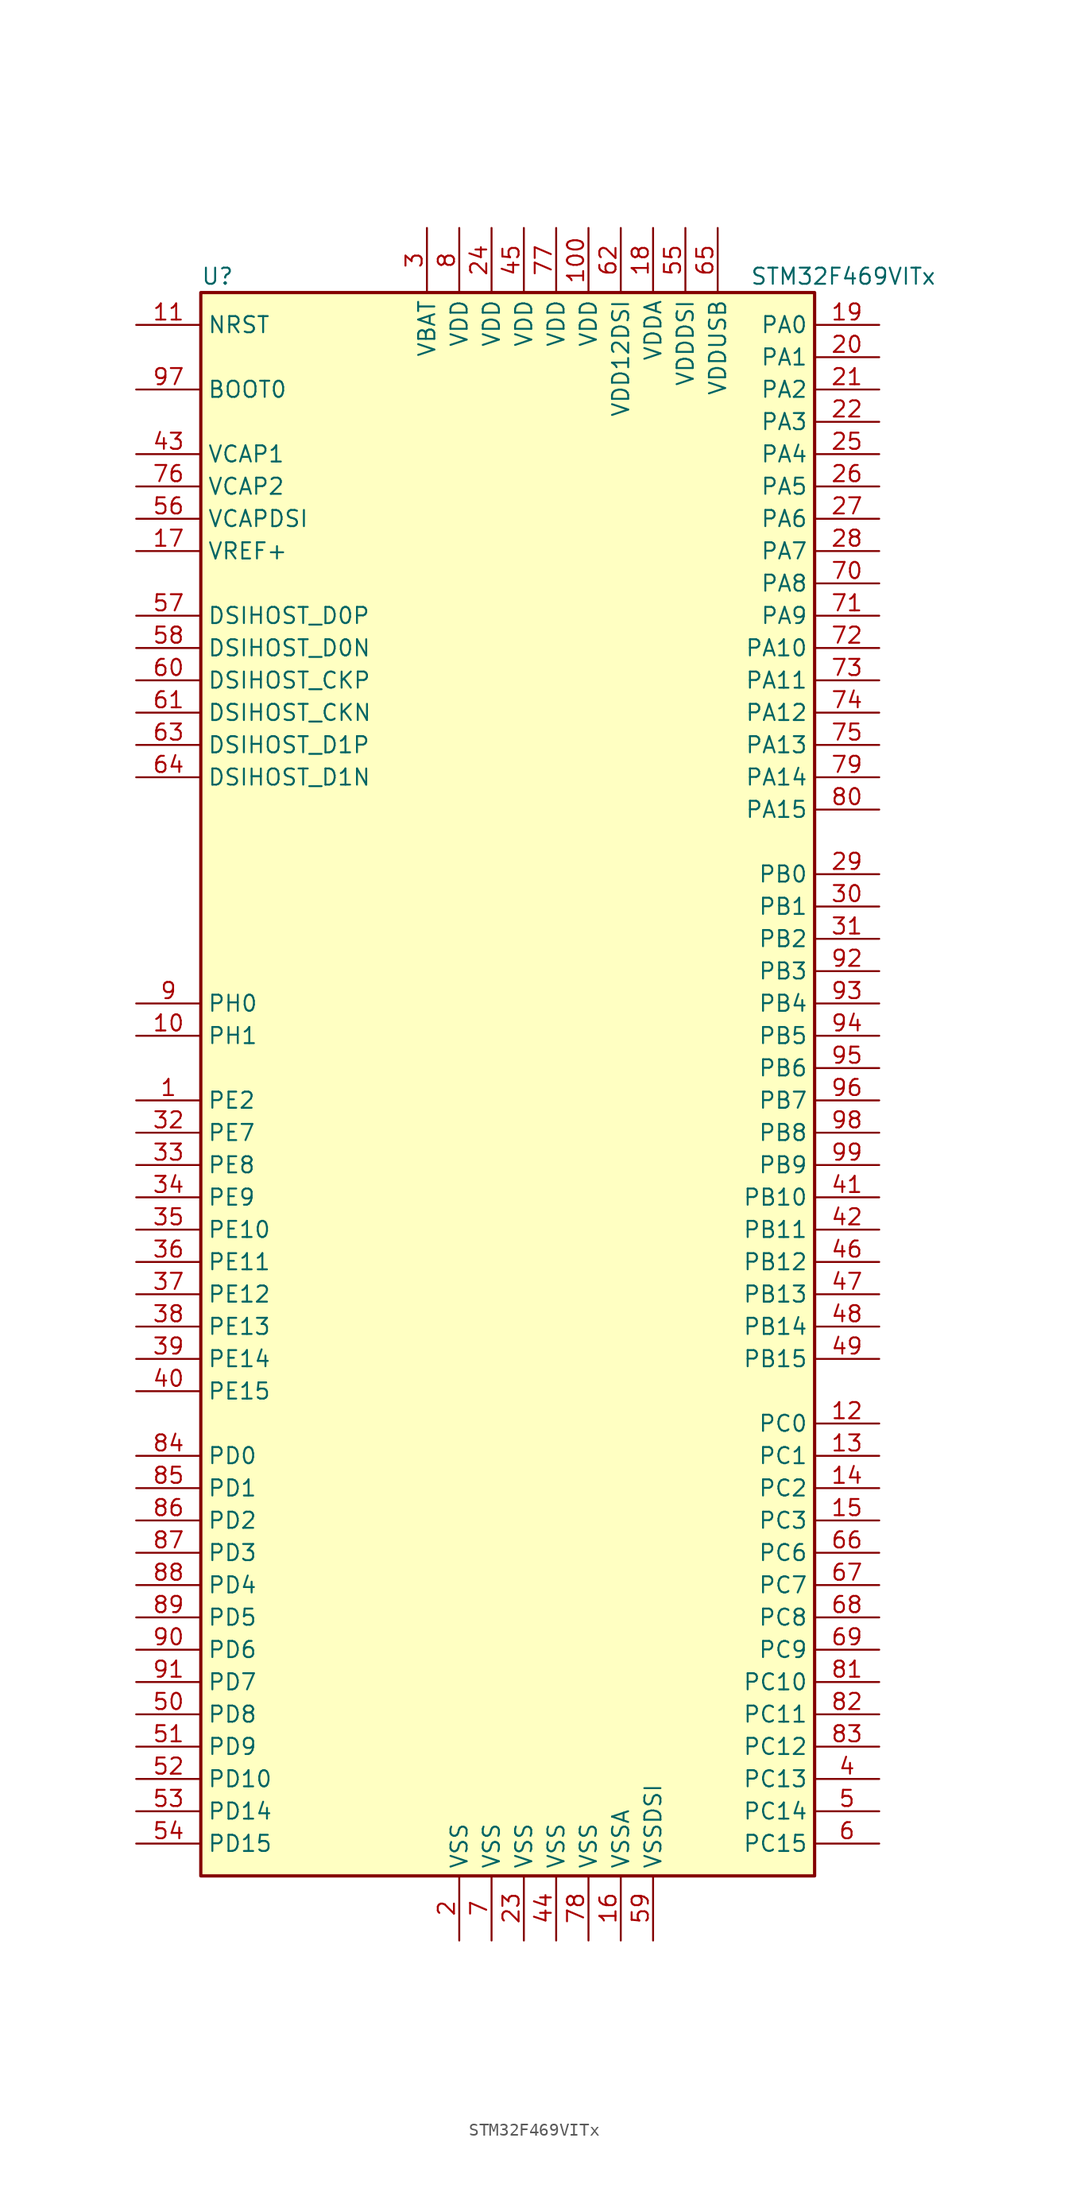
<source format=kicad_sym>
(kicad_symbol_lib
  (version 20201005)
  (generator kicad_symbol_editor)
  (symbol "MCU_ST_STM32F4:STM32F469VITx"
    (property "Reference" "U"
      (at -25.4 62.23 0)
      (effects (font (size 1.27 1.27)) (justify left)))
    (property "Value" "STM32F469VITx"
      (at 17.78 62.23 0)
      (effects (font (size 1.27 1.27)) (justify left)))
    (symbol "STM32F469VITx_0_1"
      (rectangle (start -25.4 -63.5) (end 22.86 60.96) (stroke (width 0.254)) (fill (type background))))
    (symbol "STM32F469VITx_1_1"
      (pin input line (at -30.48 53.34 0) (length 5.08) (name "BOOT0" (effects (font (size 1.27 1.27)))) (number "97" (effects (font (size 1.27 1.27)))))
      (pin bidirectional line (at -30.48 27.94 0) (length 5.08) (name "DSIHOST_CKN" (effects (font (size 1.27 1.27)))) (number "61" (effects (font (size 1.27 1.27)))))
      (pin bidirectional line (at -30.48 30.48 0) (length 5.08) (name "DSIHOST_CKP" (effects (font (size 1.27 1.27)))) (number "60" (effects (font (size 1.27 1.27)))))
      (pin bidirectional line (at -30.48 33.02 0) (length 5.08) (name "DSIHOST_D0N" (effects (font (size 1.27 1.27)))) (number "58" (effects (font (size 1.27 1.27)))))
      (pin bidirectional line (at -30.48 35.56 0) (length 5.08) (name "DSIHOST_D0P" (effects (font (size 1.27 1.27)))) (number "57" (effects (font (size 1.27 1.27)))))
      (pin bidirectional line (at -30.48 22.86 0) (length 5.08) (name "DSIHOST_D1N" (effects (font (size 1.27 1.27)))) (number "64" (effects (font (size 1.27 1.27)))))
      (pin bidirectional line (at -30.48 25.4 0) (length 5.08) (name "DSIHOST_D1P" (effects (font (size 1.27 1.27)))) (number "63" (effects (font (size 1.27 1.27)))))
      (pin input line (at -30.48 58.42 0) (length 5.08) (name "NRST" (effects (font (size 1.27 1.27)))) (number "11" (effects (font (size 1.27 1.27)))))
      (pin bidirectional line (at 27.94 58.42 180) (length 5.08) (name "PA0" (effects (font (size 1.27 1.27)))) (number "19" (effects (font (size 1.27 1.27)))))
      (pin bidirectional line (at 27.94 55.88 180) (length 5.08) (name "PA1" (effects (font (size 1.27 1.27)))) (number "20" (effects (font (size 1.27 1.27)))))
      (pin bidirectional line (at 27.94 33.02 180) (length 5.08) (name "PA10" (effects (font (size 1.27 1.27)))) (number "72" (effects (font (size 1.27 1.27)))))
      (pin bidirectional line (at 27.94 30.48 180) (length 5.08) (name "PA11" (effects (font (size 1.27 1.27)))) (number "73" (effects (font (size 1.27 1.27)))))
      (pin bidirectional line (at 27.94 27.94 180) (length 5.08) (name "PA12" (effects (font (size 1.27 1.27)))) (number "74" (effects (font (size 1.27 1.27)))))
      (pin bidirectional line (at 27.94 25.4 180) (length 5.08) (name "PA13" (effects (font (size 1.27 1.27)))) (number "75" (effects (font (size 1.27 1.27)))))
      (pin bidirectional line (at 27.94 22.86 180) (length 5.08) (name "PA14" (effects (font (size 1.27 1.27)))) (number "79" (effects (font (size 1.27 1.27)))))
      (pin bidirectional line (at 27.94 20.32 180) (length 5.08) (name "PA15" (effects (font (size 1.27 1.27)))) (number "80" (effects (font (size 1.27 1.27)))))
      (pin bidirectional line (at 27.94 53.34 180) (length 5.08) (name "PA2" (effects (font (size 1.27 1.27)))) (number "21" (effects (font (size 1.27 1.27)))))
      (pin bidirectional line (at 27.94 50.8 180) (length 5.08) (name "PA3" (effects (font (size 1.27 1.27)))) (number "22" (effects (font (size 1.27 1.27)))))
      (pin bidirectional line (at 27.94 48.26 180) (length 5.08) (name "PA4" (effects (font (size 1.27 1.27)))) (number "25" (effects (font (size 1.27 1.27)))))
      (pin bidirectional line (at 27.94 45.72 180) (length 5.08) (name "PA5" (effects (font (size 1.27 1.27)))) (number "26" (effects (font (size 1.27 1.27)))))
      (pin bidirectional line (at 27.94 43.18 180) (length 5.08) (name "PA6" (effects (font (size 1.27 1.27)))) (number "27" (effects (font (size 1.27 1.27)))))
      (pin bidirectional line (at 27.94 40.64 180) (length 5.08) (name "PA7" (effects (font (size 1.27 1.27)))) (number "28" (effects (font (size 1.27 1.27)))))
      (pin bidirectional line (at 27.94 38.1 180) (length 5.08) (name "PA8" (effects (font (size 1.27 1.27)))) (number "70" (effects (font (size 1.27 1.27)))))
      (pin bidirectional line (at 27.94 35.56 180) (length 5.08) (name "PA9" (effects (font (size 1.27 1.27)))) (number "71" (effects (font (size 1.27 1.27)))))
      (pin bidirectional line (at 27.94 15.24 180) (length 5.08) (name "PB0" (effects (font (size 1.27 1.27)))) (number "29" (effects (font (size 1.27 1.27)))))
      (pin bidirectional line (at 27.94 12.7 180) (length 5.08) (name "PB1" (effects (font (size 1.27 1.27)))) (number "30" (effects (font (size 1.27 1.27)))))
      (pin bidirectional line (at 27.94 -10.16 180) (length 5.08) (name "PB10" (effects (font (size 1.27 1.27)))) (number "41" (effects (font (size 1.27 1.27)))))
      (pin bidirectional line (at 27.94 -12.7 180) (length 5.08) (name "PB11" (effects (font (size 1.27 1.27)))) (number "42" (effects (font (size 1.27 1.27)))))
      (pin bidirectional line (at 27.94 -15.24 180) (length 5.08) (name "PB12" (effects (font (size 1.27 1.27)))) (number "46" (effects (font (size 1.27 1.27)))))
      (pin bidirectional line (at 27.94 -17.78 180) (length 5.08) (name "PB13" (effects (font (size 1.27 1.27)))) (number "47" (effects (font (size 1.27 1.27)))))
      (pin bidirectional line (at 27.94 -20.32 180) (length 5.08) (name "PB14" (effects (font (size 1.27 1.27)))) (number "48" (effects (font (size 1.27 1.27)))))
      (pin bidirectional line (at 27.94 -22.86 180) (length 5.08) (name "PB15" (effects (font (size 1.27 1.27)))) (number "49" (effects (font (size 1.27 1.27)))))
      (pin bidirectional line (at 27.94 10.16 180) (length 5.08) (name "PB2" (effects (font (size 1.27 1.27)))) (number "31" (effects (font (size 1.27 1.27)))))
      (pin bidirectional line (at 27.94 7.62 180) (length 5.08) (name "PB3" (effects (font (size 1.27 1.27)))) (number "92" (effects (font (size 1.27 1.27)))))
      (pin bidirectional line (at 27.94 5.08 180) (length 5.08) (name "PB4" (effects (font (size 1.27 1.27)))) (number "93" (effects (font (size 1.27 1.27)))))
      (pin bidirectional line (at 27.94 2.54 180) (length 5.08) (name "PB5" (effects (font (size 1.27 1.27)))) (number "94" (effects (font (size 1.27 1.27)))))
      (pin bidirectional line (at 27.94 0 180) (length 5.08) (name "PB6" (effects (font (size 1.27 1.27)))) (number "95" (effects (font (size 1.27 1.27)))))
      (pin bidirectional line (at 27.94 -2.54 180) (length 5.08) (name "PB7" (effects (font (size 1.27 1.27)))) (number "96" (effects (font (size 1.27 1.27)))))
      (pin bidirectional line (at 27.94 -5.08 180) (length 5.08) (name "PB8" (effects (font (size 1.27 1.27)))) (number "98" (effects (font (size 1.27 1.27)))))
      (pin bidirectional line (at 27.94 -7.62 180) (length 5.08) (name "PB9" (effects (font (size 1.27 1.27)))) (number "99" (effects (font (size 1.27 1.27)))))
      (pin bidirectional line (at 27.94 -27.94 180) (length 5.08) (name "PC0" (effects (font (size 1.27 1.27)))) (number "12" (effects (font (size 1.27 1.27)))))
      (pin bidirectional line (at 27.94 -30.48 180) (length 5.08) (name "PC1" (effects (font (size 1.27 1.27)))) (number "13" (effects (font (size 1.27 1.27)))))
      (pin bidirectional line (at 27.94 -48.26 180) (length 5.08) (name "PC10" (effects (font (size 1.27 1.27)))) (number "81" (effects (font (size 1.27 1.27)))))
      (pin bidirectional line (at 27.94 -50.8 180) (length 5.08) (name "PC11" (effects (font (size 1.27 1.27)))) (number "82" (effects (font (size 1.27 1.27)))))
      (pin bidirectional line (at 27.94 -53.34 180) (length 5.08) (name "PC12" (effects (font (size 1.27 1.27)))) (number "83" (effects (font (size 1.27 1.27)))))
      (pin bidirectional line (at 27.94 -55.88 180) (length 5.08) (name "PC13" (effects (font (size 1.27 1.27)))) (number "4" (effects (font (size 1.27 1.27)))))
      (pin bidirectional line (at 27.94 -58.42 180) (length 5.08) (name "PC14" (effects (font (size 1.27 1.27)))) (number "5" (effects (font (size 1.27 1.27)))))
      (pin bidirectional line (at 27.94 -60.96 180) (length 5.08) (name "PC15" (effects (font (size 1.27 1.27)))) (number "6" (effects (font (size 1.27 1.27)))))
      (pin bidirectional line (at 27.94 -33.02 180) (length 5.08) (name "PC2" (effects (font (size 1.27 1.27)))) (number "14" (effects (font (size 1.27 1.27)))))
      (pin bidirectional line (at 27.94 -35.56 180) (length 5.08) (name "PC3" (effects (font (size 1.27 1.27)))) (number "15" (effects (font (size 1.27 1.27)))))
      (pin bidirectional line (at 27.94 -38.1 180) (length 5.08) (name "PC6" (effects (font (size 1.27 1.27)))) (number "66" (effects (font (size 1.27 1.27)))))
      (pin bidirectional line (at 27.94 -40.64 180) (length 5.08) (name "PC7" (effects (font (size 1.27 1.27)))) (number "67" (effects (font (size 1.27 1.27)))))
      (pin bidirectional line (at 27.94 -43.18 180) (length 5.08) (name "PC8" (effects (font (size 1.27 1.27)))) (number "68" (effects (font (size 1.27 1.27)))))
      (pin bidirectional line (at 27.94 -45.72 180) (length 5.08) (name "PC9" (effects (font (size 1.27 1.27)))) (number "69" (effects (font (size 1.27 1.27)))))
      (pin bidirectional line (at -30.48 -30.48 0) (length 5.08) (name "PD0" (effects (font (size 1.27 1.27)))) (number "84" (effects (font (size 1.27 1.27)))))
      (pin bidirectional line (at -30.48 -33.02 0) (length 5.08) (name "PD1" (effects (font (size 1.27 1.27)))) (number "85" (effects (font (size 1.27 1.27)))))
      (pin bidirectional line (at -30.48 -55.88 0) (length 5.08) (name "PD10" (effects (font (size 1.27 1.27)))) (number "52" (effects (font (size 1.27 1.27)))))
      (pin bidirectional line (at -30.48 -58.42 0) (length 5.08) (name "PD14" (effects (font (size 1.27 1.27)))) (number "53" (effects (font (size 1.27 1.27)))))
      (pin bidirectional line (at -30.48 -60.96 0) (length 5.08) (name "PD15" (effects (font (size 1.27 1.27)))) (number "54" (effects (font (size 1.27 1.27)))))
      (pin bidirectional line (at -30.48 -35.56 0) (length 5.08) (name "PD2" (effects (font (size 1.27 1.27)))) (number "86" (effects (font (size 1.27 1.27)))))
      (pin bidirectional line (at -30.48 -38.1 0) (length 5.08) (name "PD3" (effects (font (size 1.27 1.27)))) (number "87" (effects (font (size 1.27 1.27)))))
      (pin bidirectional line (at -30.48 -40.64 0) (length 5.08) (name "PD4" (effects (font (size 1.27 1.27)))) (number "88" (effects (font (size 1.27 1.27)))))
      (pin bidirectional line (at -30.48 -43.18 0) (length 5.08) (name "PD5" (effects (font (size 1.27 1.27)))) (number "89" (effects (font (size 1.27 1.27)))))
      (pin bidirectional line (at -30.48 -45.72 0) (length 5.08) (name "PD6" (effects (font (size 1.27 1.27)))) (number "90" (effects (font (size 1.27 1.27)))))
      (pin bidirectional line (at -30.48 -48.26 0) (length 5.08) (name "PD7" (effects (font (size 1.27 1.27)))) (number "91" (effects (font (size 1.27 1.27)))))
      (pin bidirectional line (at -30.48 -50.8 0) (length 5.08) (name "PD8" (effects (font (size 1.27 1.27)))) (number "50" (effects (font (size 1.27 1.27)))))
      (pin bidirectional line (at -30.48 -53.34 0) (length 5.08) (name "PD9" (effects (font (size 1.27 1.27)))) (number "51" (effects (font (size 1.27 1.27)))))
      (pin bidirectional line (at -30.48 -12.7 0) (length 5.08) (name "PE10" (effects (font (size 1.27 1.27)))) (number "35" (effects (font (size 1.27 1.27)))))
      (pin bidirectional line (at -30.48 -15.24 0) (length 5.08) (name "PE11" (effects (font (size 1.27 1.27)))) (number "36" (effects (font (size 1.27 1.27)))))
      (pin bidirectional line (at -30.48 -17.78 0) (length 5.08) (name "PE12" (effects (font (size 1.27 1.27)))) (number "37" (effects (font (size 1.27 1.27)))))
      (pin bidirectional line (at -30.48 -20.32 0) (length 5.08) (name "PE13" (effects (font (size 1.27 1.27)))) (number "38" (effects (font (size 1.27 1.27)))))
      (pin bidirectional line (at -30.48 -22.86 0) (length 5.08) (name "PE14" (effects (font (size 1.27 1.27)))) (number "39" (effects (font (size 1.27 1.27)))))
      (pin bidirectional line (at -30.48 -25.4 0) (length 5.08) (name "PE15" (effects (font (size 1.27 1.27)))) (number "40" (effects (font (size 1.27 1.27)))))
      (pin bidirectional line (at -30.48 -2.54 0) (length 5.08) (name "PE2" (effects (font (size 1.27 1.27)))) (number "1" (effects (font (size 1.27 1.27)))))
      (pin bidirectional line (at -30.48 -5.08 0) (length 5.08) (name "PE7" (effects (font (size 1.27 1.27)))) (number "32" (effects (font (size 1.27 1.27)))))
      (pin bidirectional line (at -30.48 -7.62 0) (length 5.08) (name "PE8" (effects (font (size 1.27 1.27)))) (number "33" (effects (font (size 1.27 1.27)))))
      (pin bidirectional line (at -30.48 -10.16 0) (length 5.08) (name "PE9" (effects (font (size 1.27 1.27)))) (number "34" (effects (font (size 1.27 1.27)))))
      (pin input line (at -30.48 5.08 0) (length 5.08) (name "PH0" (effects (font (size 1.27 1.27)))) (number "9" (effects (font (size 1.27 1.27)))))
      (pin input line (at -30.48 2.54 0) (length 5.08) (name "PH1" (effects (font (size 1.27 1.27)))) (number "10" (effects (font (size 1.27 1.27)))))
      (pin power_in line (at -7.62 66.04 270) (length 5.08) (name "VBAT" (effects (font (size 1.27 1.27)))) (number "3" (effects (font (size 1.27 1.27)))))
      (pin power_in line (at -30.48 48.26 0) (length 5.08) (name "VCAP1" (effects (font (size 1.27 1.27)))) (number "43" (effects (font (size 1.27 1.27)))))
      (pin power_in line (at -30.48 45.72 0) (length 5.08) (name "VCAP2" (effects (font (size 1.27 1.27)))) (number "76" (effects (font (size 1.27 1.27)))))
      (pin power_in line (at -30.48 43.18 0) (length 5.08) (name "VCAPDSI" (effects (font (size 1.27 1.27)))) (number "56" (effects (font (size 1.27 1.27)))))
      (pin power_in line (at 5.08 66.04 270) (length 5.08) (name "VDD" (effects (font (size 1.27 1.27)))) (number "100" (effects (font (size 1.27 1.27)))))
      (pin power_in line (at -2.54 66.04 270) (length 5.08) (name "VDD" (effects (font (size 1.27 1.27)))) (number "24" (effects (font (size 1.27 1.27)))))
      (pin power_in line (at 0 66.04 270) (length 5.08) (name "VDD" (effects (font (size 1.27 1.27)))) (number "45" (effects (font (size 1.27 1.27)))))
      (pin power_in line (at 2.54 66.04 270) (length 5.08) (name "VDD" (effects (font (size 1.27 1.27)))) (number "77" (effects (font (size 1.27 1.27)))))
      (pin power_in line (at -5.08 66.04 270) (length 5.08) (name "VDD" (effects (font (size 1.27 1.27)))) (number "8" (effects (font (size 1.27 1.27)))))
      (pin power_in line (at 7.62 66.04 270) (length 5.08) (name "VDD12DSI" (effects (font (size 1.27 1.27)))) (number "62" (effects (font (size 1.27 1.27)))))
      (pin power_in line (at 10.16 66.04 270) (length 5.08) (name "VDDA" (effects (font (size 1.27 1.27)))) (number "18" (effects (font (size 1.27 1.27)))))
      (pin power_in line (at 12.7 66.04 270) (length 5.08) (name "VDDDSI" (effects (font (size 1.27 1.27)))) (number "55" (effects (font (size 1.27 1.27)))))
      (pin power_in line (at 15.24 66.04 270) (length 5.08) (name "VDDUSB" (effects (font (size 1.27 1.27)))) (number "65" (effects (font (size 1.27 1.27)))))
      (pin power_in line (at -30.48 40.64 0) (length 5.08) (name "VREF+" (effects (font (size 1.27 1.27)))) (number "17" (effects (font (size 1.27 1.27)))))
      (pin power_in line (at -5.08 -68.58 90) (length 5.08) (name "VSS" (effects (font (size 1.27 1.27)))) (number "2" (effects (font (size 1.27 1.27)))))
      (pin power_in line (at 0 -68.58 90) (length 5.08) (name "VSS" (effects (font (size 1.27 1.27)))) (number "23" (effects (font (size 1.27 1.27)))))
      (pin power_in line (at 2.54 -68.58 90) (length 5.08) (name "VSS" (effects (font (size 1.27 1.27)))) (number "44" (effects (font (size 1.27 1.27)))))
      (pin power_in line (at -2.54 -68.58 90) (length 5.08) (name "VSS" (effects (font (size 1.27 1.27)))) (number "7" (effects (font (size 1.27 1.27)))))
      (pin power_in line (at 5.08 -68.58 90) (length 5.08) (name "VSS" (effects (font (size 1.27 1.27)))) (number "78" (effects (font (size 1.27 1.27)))))
      (pin power_in line (at 7.62 -68.58 90) (length 5.08) (name "VSSA" (effects (font (size 1.27 1.27)))) (number "16" (effects (font (size 1.27 1.27)))))
      (pin power_in line (at 10.16 -68.58 90) (length 5.08) (name "VSSDSI" (effects (font (size 1.27 1.27)))) (number "59" (effects (font (size 1.27 1.27))))))))
</source>
